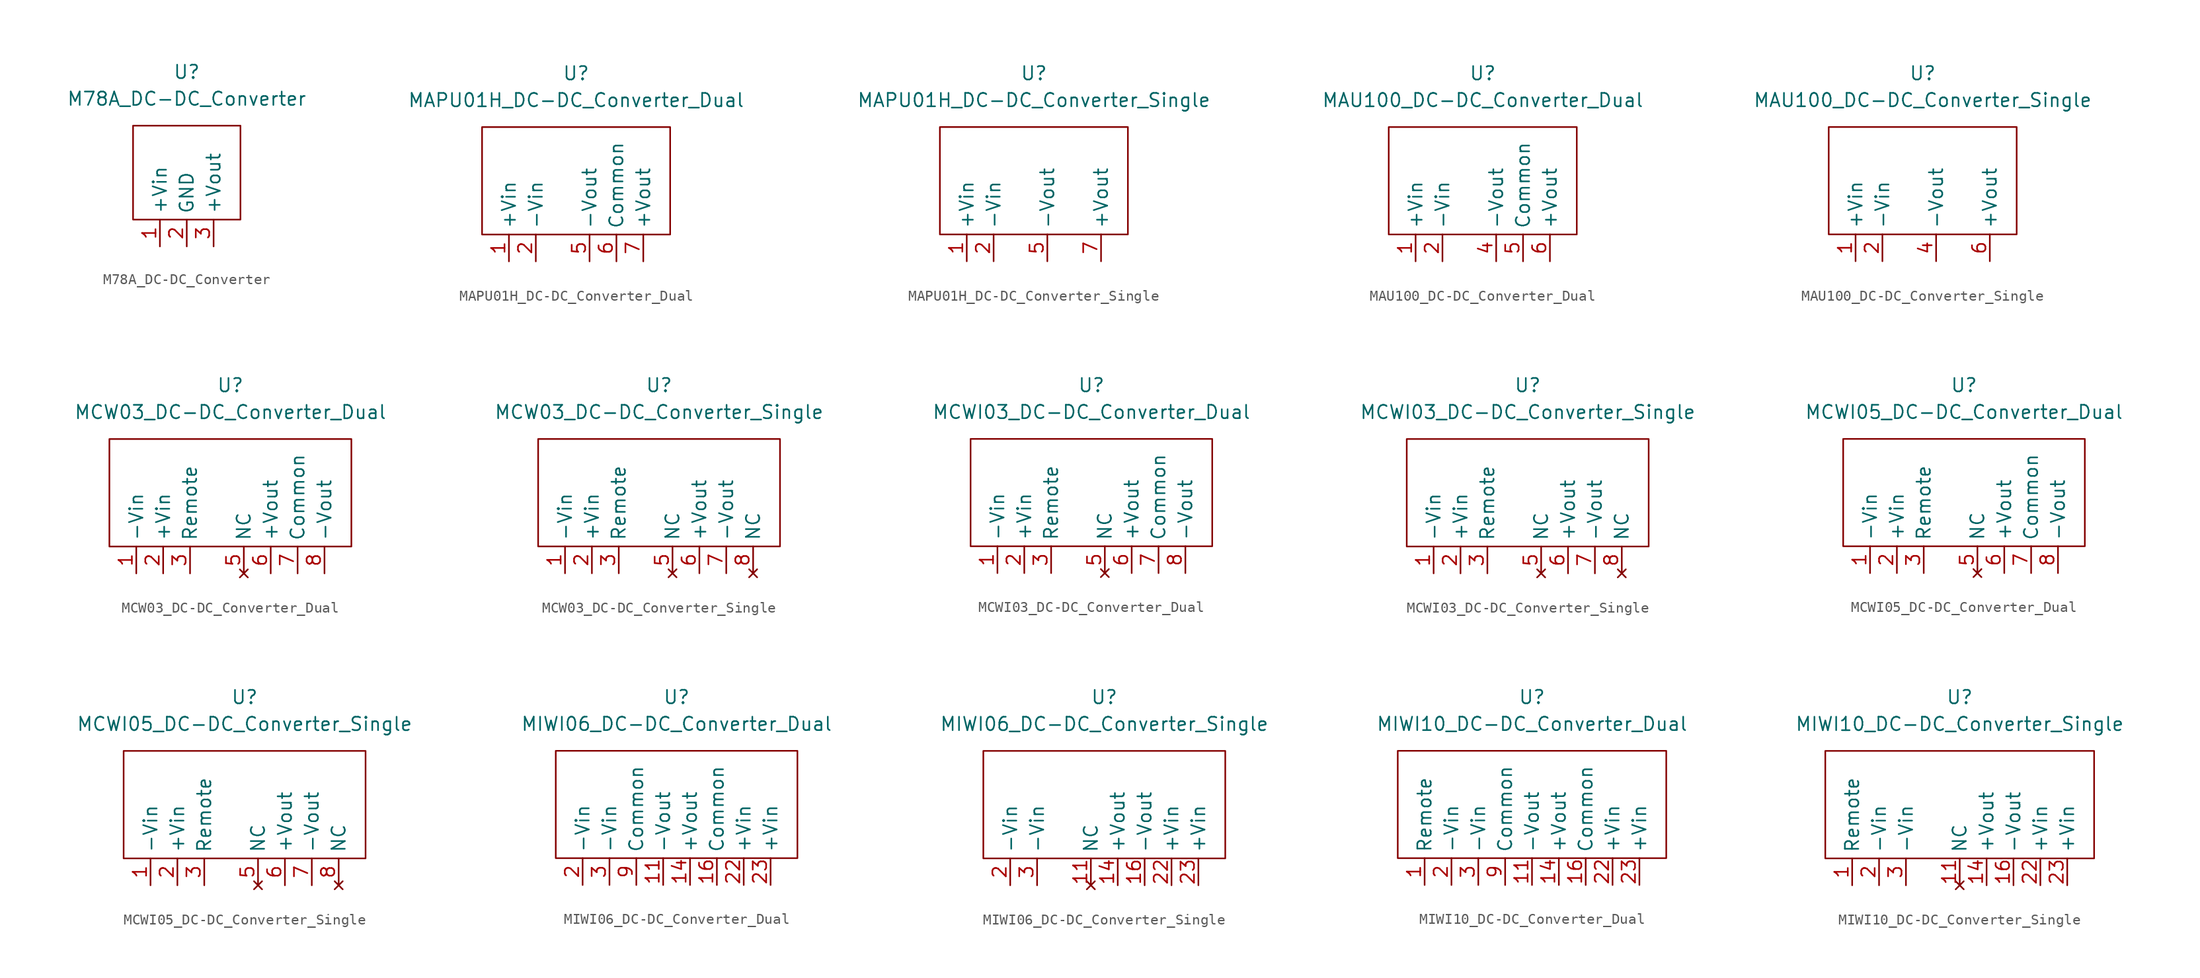
<source format=kicad_sym>
(kicad_symbol_lib
  (version 20220914)
  (generator kicad_symbol_editor)
  (symbol "M78A_DC-DC_Converter"
    (property "Reference" "U"
      (at 0 10.16 0)
      (effects (font (size 1.27 1.27))))
    (property "Value" "M78A_DC-DC_Converter"
      (at 0 7.62 0)
      (effects (font (size 1.27 1.27))))
    (symbol "M78A_DC-DC_Converter_0_1"
      (rectangle (start -5.08 5.08) (end 5.08 -3.81) (stroke (width 0) (type default)) (fill (type none))))
    (symbol "M78A_DC-DC_Converter_1_1"
      (pin power_in line (at -2.54 -6.35 90) (length 2.54) (name "+Vin" (effects (font (size 1.27 1.27)))) (number "1" (effects (font (size 1.27 1.27)))))
      (pin bidirectional line (at 0 -6.35 90) (length 2.54) (name "GND" (effects (font (size 1.27 1.27)))) (number "2" (effects (font (size 1.27 1.27)))))
      (pin power_out line (at 2.54 -6.35 90) (length 2.54) (name "+Vout" (effects (font (size 1.27 1.27)))) (number "3" (effects (font (size 1.27 1.27)))))))
  (symbol "MAPU01H_DC-DC_Converter_Dual"
    (property "Reference" "U"
      (at 0 10.16 0)
      (effects (font (size 1.27 1.27))))
    (property "Value" "MAPU01H_DC-DC_Converter_Dual"
      (at 0 7.62 0)
      (effects (font (size 1.27 1.27))))
    (symbol "MAPU01H_DC-DC_Converter_Dual_0_1"
      (rectangle (start -8.89 5.08) (end 8.89 -5.08) (stroke (width 0) (type default)) (fill (type none))))
    (symbol "MAPU01H_DC-DC_Converter_Dual_1_1"
      (pin power_in line (at -6.35 -7.62 90) (length 2.54) (name "+Vin" (effects (font (size 1.27 1.27)))) (number "1" (effects (font (size 1.27 1.27)))))
      (pin power_in line (at -3.81 -7.62 90) (length 2.54) (name "-Vin" (effects (font (size 1.27 1.27)))) (number "2" (effects (font (size 1.27 1.27)))))
      (pin power_out line (at 1.27 -7.62 90) (length 2.54) (name "-Vout" (effects (font (size 1.27 1.27)))) (number "5" (effects (font (size 1.27 1.27)))))
      (pin power_out line (at 3.81 -7.62 90) (length 2.54) (name "Common" (effects (font (size 1.27 1.27)))) (number "6" (effects (font (size 1.27 1.27)))))
      (pin power_out line (at 6.35 -7.62 90) (length 2.54) (name "+Vout" (effects (font (size 1.27 1.27)))) (number "7" (effects (font (size 1.27 1.27)))))))
  (symbol "MAPU01H_DC-DC_Converter_Single"
    (property "Reference" "U"
      (at 0 10.16 0)
      (effects (font (size 1.27 1.27))))
    (property "Value" "MAPU01H_DC-DC_Converter_Single"
      (at 0 7.62 0)
      (effects (font (size 1.27 1.27))))
    (symbol "MAPU01H_DC-DC_Converter_Single_0_1"
      (rectangle (start -8.89 5.08) (end 8.89 -5.08) (stroke (width 0) (type default)) (fill (type none))))
    (symbol "MAPU01H_DC-DC_Converter_Single_1_1"
      (pin power_in line (at -6.35 -7.62 90) (length 2.54) (name "+Vin" (effects (font (size 1.27 1.27)))) (number "1" (effects (font (size 1.27 1.27)))))
      (pin power_in line (at -3.81 -7.62 90) (length 2.54) (name "-Vin" (effects (font (size 1.27 1.27)))) (number "2" (effects (font (size 1.27 1.27)))))
      (pin power_out line (at 1.27 -7.62 90) (length 2.54) (name "-Vout" (effects (font (size 1.27 1.27)))) (number "5" (effects (font (size 1.27 1.27)))))
      (pin power_out line (at 6.35 -7.62 90) (length 2.54) (name "+Vout" (effects (font (size 1.27 1.27)))) (number "7" (effects (font (size 1.27 1.27)))))))
  (symbol "MAU100_DC-DC_Converter_Dual"
    (property "Reference" "U"
      (at 0 10.16 0)
      (effects (font (size 1.27 1.27))))
    (property "Value" "MAU100_DC-DC_Converter_Dual"
      (at 0 7.62 0)
      (effects (font (size 1.27 1.27))))
    (symbol "MAU100_DC-DC_Converter_Dual_0_1"
      (rectangle (start -8.89 5.08) (end 8.89 -5.08) (stroke (width 0) (type default)) (fill (type none))))
    (symbol "MAU100_DC-DC_Converter_Dual_1_1"
      (pin power_in line (at -6.35 -7.62 90) (length 2.54) (name "+Vin" (effects (font (size 1.27 1.27)))) (number "1" (effects (font (size 1.27 1.27)))))
      (pin power_in line (at -3.81 -7.62 90) (length 2.54) (name "-Vin" (effects (font (size 1.27 1.27)))) (number "2" (effects (font (size 1.27 1.27)))))
      (pin power_out line (at 1.27 -7.62 90) (length 2.54) (name "-Vout" (effects (font (size 1.27 1.27)))) (number "4" (effects (font (size 1.27 1.27)))))
      (pin power_out line (at 3.81 -7.62 90) (length 2.54) (name "Common" (effects (font (size 1.27 1.27)))) (number "5" (effects (font (size 1.27 1.27)))))
      (pin power_out line (at 6.35 -7.62 90) (length 2.54) (name "+Vout" (effects (font (size 1.27 1.27)))) (number "6" (effects (font (size 1.27 1.27)))))))
  (symbol "MAU100_DC-DC_Converter_Single"
    (property "Reference" "U"
      (at 0 10.16 0)
      (effects (font (size 1.27 1.27))))
    (property "Value" "MAU100_DC-DC_Converter_Single"
      (at 0 7.62 0)
      (effects (font (size 1.27 1.27))))
    (symbol "MAU100_DC-DC_Converter_Single_0_1"
      (rectangle (start -8.89 5.08) (end 8.89 -5.08) (stroke (width 0) (type default)) (fill (type none))))
    (symbol "MAU100_DC-DC_Converter_Single_1_1"
      (pin power_in line (at -6.35 -7.62 90) (length 2.54) (name "+Vin" (effects (font (size 1.27 1.27)))) (number "1" (effects (font (size 1.27 1.27)))))
      (pin power_in line (at -3.81 -7.62 90) (length 2.54) (name "-Vin" (effects (font (size 1.27 1.27)))) (number "2" (effects (font (size 1.27 1.27)))))
      (pin power_out line (at 1.27 -7.62 90) (length 2.54) (name "-Vout" (effects (font (size 1.27 1.27)))) (number "4" (effects (font (size 1.27 1.27)))))
      (pin power_out line (at 6.35 -7.62 90) (length 2.54) (name "+Vout" (effects (font (size 1.27 1.27)))) (number "6" (effects (font (size 1.27 1.27)))))))
  (symbol "MCW03_DC-DC_Converter_Dual"
    (property "Reference" "U"
      (at 0 10.16 0)
      (effects (font (size 1.27 1.27))))
    (property "Value" "MCW03_DC-DC_Converter_Dual"
      (at 0 7.62 0)
      (effects (font (size 1.27 1.27))))
    (symbol "MCW03_DC-DC_Converter_Dual_0_1"
      (rectangle (start -11.43 5.08) (end 11.43 -5.08) (stroke (width 0) (type default)) (fill (type none))))
    (symbol "MCW03_DC-DC_Converter_Dual_1_1"
      (pin power_in line (at -8.89 -7.62 90) (length 2.54) (name "-Vin" (effects (font (size 1.27 1.27)))) (number "1" (effects (font (size 1.27 1.27)))))
      (pin power_in line (at -6.35 -7.62 90) (length 2.54) (name "+Vin" (effects (font (size 1.27 1.27)))) (number "2" (effects (font (size 1.27 1.27)))))
      (pin input line (at -3.81 -7.62 90) (length 2.54) (name "Remote" (effects (font (size 1.27 1.27)))) (number "3" (effects (font (size 1.27 1.27)))))
      (pin no_connect line (at 1.27 -7.62 90) (length 2.54) (name "NC" (effects (font (size 1.27 1.27)))) (number "5" (effects (font (size 1.27 1.27)))))
      (pin power_out line (at 3.81 -7.62 90) (length 2.54) (name "+Vout" (effects (font (size 1.27 1.27)))) (number "6" (effects (font (size 1.27 1.27)))))
      (pin power_out line (at 6.35 -7.62 90) (length 2.54) (name "Common" (effects (font (size 1.27 1.27)))) (number "7" (effects (font (size 1.27 1.27)))))
      (pin power_out line (at 8.89 -7.62 90) (length 2.54) (name "-Vout" (effects (font (size 1.27 1.27)))) (number "8" (effects (font (size 1.27 1.27)))))))
  (symbol "MCW03_DC-DC_Converter_Single"
    (property "Reference" "U"
      (at 0 10.16 0)
      (effects (font (size 1.27 1.27))))
    (property "Value" "MCW03_DC-DC_Converter_Single"
      (at 0 7.62 0)
      (effects (font (size 1.27 1.27))))
    (symbol "MCW03_DC-DC_Converter_Single_0_1"
      (rectangle (start -11.43 5.08) (end 11.43 -5.08) (stroke (width 0) (type default)) (fill (type none))))
    (symbol "MCW03_DC-DC_Converter_Single_1_1"
      (pin power_in line (at -8.89 -7.62 90) (length 2.54) (name "-Vin" (effects (font (size 1.27 1.27)))) (number "1" (effects (font (size 1.27 1.27)))))
      (pin power_in line (at -6.35 -7.62 90) (length 2.54) (name "+Vin" (effects (font (size 1.27 1.27)))) (number "2" (effects (font (size 1.27 1.27)))))
      (pin input line (at -3.81 -7.62 90) (length 2.54) (name "Remote" (effects (font (size 1.27 1.27)))) (number "3" (effects (font (size 1.27 1.27)))))
      (pin no_connect line (at 1.27 -7.62 90) (length 2.54) (name "NC" (effects (font (size 1.27 1.27)))) (number "5" (effects (font (size 1.27 1.27)))))
      (pin power_out line (at 3.81 -7.62 90) (length 2.54) (name "+Vout" (effects (font (size 1.27 1.27)))) (number "6" (effects (font (size 1.27 1.27)))))
      (pin power_out line (at 6.35 -7.62 90) (length 2.54) (name "-Vout" (effects (font (size 1.27 1.27)))) (number "7" (effects (font (size 1.27 1.27)))))
      (pin no_connect line (at 8.89 -7.62 90) (length 2.54) (name "NC" (effects (font (size 1.27 1.27)))) (number "8" (effects (font (size 1.27 1.27)))))))
  (symbol "MCWI03_DC-DC_Converter_Dual"
    (property "Reference" "U"
      (at 0 10.16 0)
      (effects (font (size 1.27 1.27))))
    (property "Value" "MCWI03_DC-DC_Converter_Dual"
      (at 0 7.62 0)
      (effects (font (size 1.27 1.27))))
    (symbol "MCWI03_DC-DC_Converter_Dual_0_1"
      (rectangle (start -11.43 5.08) (end 11.43 -5.08) (stroke (width 0) (type default)) (fill (type none))))
    (symbol "MCWI03_DC-DC_Converter_Dual_1_1"
      (pin power_in line (at -8.89 -7.62 90) (length 2.54) (name "-Vin" (effects (font (size 1.27 1.27)))) (number "1" (effects (font (size 1.27 1.27)))))
      (pin power_in line (at -6.35 -7.62 90) (length 2.54) (name "+Vin" (effects (font (size 1.27 1.27)))) (number "2" (effects (font (size 1.27 1.27)))))
      (pin input line (at -3.81 -7.62 90) (length 2.54) (name "Remote" (effects (font (size 1.27 1.27)))) (number "3" (effects (font (size 1.27 1.27)))))
      (pin no_connect line (at 1.27 -7.62 90) (length 2.54) (name "NC" (effects (font (size 1.27 1.27)))) (number "5" (effects (font (size 1.27 1.27)))))
      (pin power_out line (at 3.81 -7.62 90) (length 2.54) (name "+Vout" (effects (font (size 1.27 1.27)))) (number "6" (effects (font (size 1.27 1.27)))))
      (pin power_out line (at 6.35 -7.62 90) (length 2.54) (name "Common" (effects (font (size 1.27 1.27)))) (number "7" (effects (font (size 1.27 1.27)))))
      (pin power_out line (at 8.89 -7.62 90) (length 2.54) (name "-Vout" (effects (font (size 1.27 1.27)))) (number "8" (effects (font (size 1.27 1.27)))))))
  (symbol "MCWI03_DC-DC_Converter_Single"
    (property "Reference" "U"
      (at 0 10.16 0)
      (effects (font (size 1.27 1.27))))
    (property "Value" "MCWI03_DC-DC_Converter_Single"
      (at 0 7.62 0)
      (effects (font (size 1.27 1.27))))
    (symbol "MCWI03_DC-DC_Converter_Single_0_1"
      (rectangle (start -11.43 5.08) (end 11.43 -5.08) (stroke (width 0) (type default)) (fill (type none))))
    (symbol "MCWI03_DC-DC_Converter_Single_1_1"
      (pin power_in line (at -8.89 -7.62 90) (length 2.54) (name "-Vin" (effects (font (size 1.27 1.27)))) (number "1" (effects (font (size 1.27 1.27)))))
      (pin power_in line (at -6.35 -7.62 90) (length 2.54) (name "+Vin" (effects (font (size 1.27 1.27)))) (number "2" (effects (font (size 1.27 1.27)))))
      (pin input line (at -3.81 -7.62 90) (length 2.54) (name "Remote" (effects (font (size 1.27 1.27)))) (number "3" (effects (font (size 1.27 1.27)))))
      (pin no_connect line (at 1.27 -7.62 90) (length 2.54) (name "NC" (effects (font (size 1.27 1.27)))) (number "5" (effects (font (size 1.27 1.27)))))
      (pin power_out line (at 3.81 -7.62 90) (length 2.54) (name "+Vout" (effects (font (size 1.27 1.27)))) (number "6" (effects (font (size 1.27 1.27)))))
      (pin power_out line (at 6.35 -7.62 90) (length 2.54) (name "-Vout" (effects (font (size 1.27 1.27)))) (number "7" (effects (font (size 1.27 1.27)))))
      (pin no_connect line (at 8.89 -7.62 90) (length 2.54) (name "NC" (effects (font (size 1.27 1.27)))) (number "8" (effects (font (size 1.27 1.27)))))))
  (symbol "MCWI05_DC-DC_Converter_Dual"
    (property "Reference" "U"
      (at 0 10.16 0)
      (effects (font (size 1.27 1.27))))
    (property "Value" "MCWI05_DC-DC_Converter_Dual"
      (at 0 7.62 0)
      (effects (font (size 1.27 1.27))))
    (symbol "MCWI05_DC-DC_Converter_Dual_0_1"
      (rectangle (start -11.43 5.08) (end 11.43 -5.08) (stroke (width 0) (type default)) (fill (type none))))
    (symbol "MCWI05_DC-DC_Converter_Dual_1_1"
      (pin power_in line (at -8.89 -7.62 90) (length 2.54) (name "-Vin" (effects (font (size 1.27 1.27)))) (number "1" (effects (font (size 1.27 1.27)))))
      (pin power_in line (at -6.35 -7.62 90) (length 2.54) (name "+Vin" (effects (font (size 1.27 1.27)))) (number "2" (effects (font (size 1.27 1.27)))))
      (pin input line (at -3.81 -7.62 90) (length 2.54) (name "Remote" (effects (font (size 1.27 1.27)))) (number "3" (effects (font (size 1.27 1.27)))))
      (pin no_connect line (at 1.27 -7.62 90) (length 2.54) (name "NC" (effects (font (size 1.27 1.27)))) (number "5" (effects (font (size 1.27 1.27)))))
      (pin power_out line (at 3.81 -7.62 90) (length 2.54) (name "+Vout" (effects (font (size 1.27 1.27)))) (number "6" (effects (font (size 1.27 1.27)))))
      (pin power_out line (at 6.35 -7.62 90) (length 2.54) (name "Common" (effects (font (size 1.27 1.27)))) (number "7" (effects (font (size 1.27 1.27)))))
      (pin power_out line (at 8.89 -7.62 90) (length 2.54) (name "-Vout" (effects (font (size 1.27 1.27)))) (number "8" (effects (font (size 1.27 1.27)))))))
  (symbol "MCWI05_DC-DC_Converter_Single"
    (property "Reference" "U"
      (at 0 10.16 0)
      (effects (font (size 1.27 1.27))))
    (property "Value" "MCWI05_DC-DC_Converter_Single"
      (at 0 7.62 0)
      (effects (font (size 1.27 1.27))))
    (symbol "MCWI05_DC-DC_Converter_Single_0_1"
      (rectangle (start -11.43 5.08) (end 11.43 -5.08) (stroke (width 0) (type default)) (fill (type none))))
    (symbol "MCWI05_DC-DC_Converter_Single_1_1"
      (pin power_in line (at -8.89 -7.62 90) (length 2.54) (name "-Vin" (effects (font (size 1.27 1.27)))) (number "1" (effects (font (size 1.27 1.27)))))
      (pin power_in line (at -6.35 -7.62 90) (length 2.54) (name "+Vin" (effects (font (size 1.27 1.27)))) (number "2" (effects (font (size 1.27 1.27)))))
      (pin input line (at -3.81 -7.62 90) (length 2.54) (name "Remote" (effects (font (size 1.27 1.27)))) (number "3" (effects (font (size 1.27 1.27)))))
      (pin no_connect line (at 1.27 -7.62 90) (length 2.54) (name "NC" (effects (font (size 1.27 1.27)))) (number "5" (effects (font (size 1.27 1.27)))))
      (pin power_out line (at 3.81 -7.62 90) (length 2.54) (name "+Vout" (effects (font (size 1.27 1.27)))) (number "6" (effects (font (size 1.27 1.27)))))
      (pin power_out line (at 6.35 -7.62 90) (length 2.54) (name "-Vout" (effects (font (size 1.27 1.27)))) (number "7" (effects (font (size 1.27 1.27)))))
      (pin no_connect line (at 8.89 -7.62 90) (length 2.54) (name "NC" (effects (font (size 1.27 1.27)))) (number "8" (effects (font (size 1.27 1.27)))))))
  (symbol "MIWI06_DC-DC_Converter_Dual"
    (property "Reference" "U"
      (at 0 10.16 0)
      (effects (font (size 1.27 1.27))))
    (property "Value" "MIWI06_DC-DC_Converter_Dual"
      (at 0 7.62 0)
      (effects (font (size 1.27 1.27))))
    (symbol "MIWI06_DC-DC_Converter_Dual_0_1"
      (rectangle (start -11.43 5.08) (end 11.43 -5.08) (stroke (width 0) (type default)) (fill (type none))))
    (symbol "MIWI06_DC-DC_Converter_Dual_1_1"
      (pin power_out line (at -1.27 -7.62 90) (length 2.54) (name "-Vout" (effects (font (size 1.27 1.27)))) (number "11" (effects (font (size 1.27 1.27)))))
      (pin power_out line (at 1.27 -7.62 90) (length 2.54) (name "+Vout" (effects (font (size 1.27 1.27)))) (number "14" (effects (font (size 1.27 1.27)))))
      (pin power_out line (at 3.81 -7.62 90) (length 2.54) (name "Common" (effects (font (size 1.27 1.27)))) (number "16" (effects (font (size 1.27 1.27)))))
      (pin power_in line (at -8.89 -7.62 90) (length 2.54) (name "-Vin" (effects (font (size 1.27 1.27)))) (number "2" (effects (font (size 1.27 1.27)))))
      (pin power_in line (at 6.35 -7.62 90) (length 2.54) (name "+Vin" (effects (font (size 1.27 1.27)))) (number "22" (effects (font (size 1.27 1.27)))))
      (pin power_in line (at 8.89 -7.62 90) (length 2.54) (name "+Vin" (effects (font (size 1.27 1.27)))) (number "23" (effects (font (size 1.27 1.27)))))
      (pin power_in line (at -6.35 -7.62 90) (length 2.54) (name "-Vin" (effects (font (size 1.27 1.27)))) (number "3" (effects (font (size 1.27 1.27)))))
      (pin power_out line (at -3.81 -7.62 90) (length 2.54) (name "Common" (effects (font (size 1.27 1.27)))) (number "9" (effects (font (size 1.27 1.27)))))))
  (symbol "MIWI06_DC-DC_Converter_Single"
    (property "Reference" "U"
      (at 0 10.16 0)
      (effects (font (size 1.27 1.27))))
    (property "Value" "MIWI06_DC-DC_Converter_Single"
      (at 0 7.62 0)
      (effects (font (size 1.27 1.27))))
    (symbol "MIWI06_DC-DC_Converter_Single_0_1"
      (rectangle (start -11.43 5.08) (end 11.43 -5.08) (stroke (width 0) (type default)) (fill (type none))))
    (symbol "MIWI06_DC-DC_Converter_Single_1_1"
      (pin no_connect line (at -1.27 -7.62 90) (length 2.54) (name "NC" (effects (font (size 1.27 1.27)))) (number "11" (effects (font (size 1.27 1.27)))))
      (pin power_out line (at 1.27 -7.62 90) (length 2.54) (name "+Vout" (effects (font (size 1.27 1.27)))) (number "14" (effects (font (size 1.27 1.27)))))
      (pin power_out line (at 3.81 -7.62 90) (length 2.54) (name "-Vout" (effects (font (size 1.27 1.27)))) (number "16" (effects (font (size 1.27 1.27)))))
      (pin power_in line (at -8.89 -7.62 90) (length 2.54) (name "-Vin" (effects (font (size 1.27 1.27)))) (number "2" (effects (font (size 1.27 1.27)))))
      (pin power_in line (at 6.35 -7.62 90) (length 2.54) (name "+Vin" (effects (font (size 1.27 1.27)))) (number "22" (effects (font (size 1.27 1.27)))))
      (pin power_in line (at 8.89 -7.62 90) (length 2.54) (name "+Vin" (effects (font (size 1.27 1.27)))) (number "23" (effects (font (size 1.27 1.27)))))
      (pin power_in line (at -6.35 -7.62 90) (length 2.54) (name "-Vin" (effects (font (size 1.27 1.27)))) (number "3" (effects (font (size 1.27 1.27)))))))
  (symbol "MIWI10_DC-DC_Converter_Dual"
    (property "Reference" "U"
      (at 0 10.16 0)
      (effects (font (size 1.27 1.27))))
    (property "Value" "MIWI10_DC-DC_Converter_Dual"
      (at 0 7.62 0)
      (effects (font (size 1.27 1.27))))
    (symbol "MIWI10_DC-DC_Converter_Dual_0_1"
      (rectangle (start -12.7 5.08) (end 12.7 -5.08) (stroke (width 0) (type default)) (fill (type none))))
    (symbol "MIWI10_DC-DC_Converter_Dual_1_1"
      (pin input line (at -10.16 -7.62 90) (length 2.54) (name "Remote" (effects (font (size 1.27 1.27)))) (number "1" (effects (font (size 1.27 1.27)))))
      (pin power_out line (at 0 -7.62 90) (length 2.54) (name "-Vout" (effects (font (size 1.27 1.27)))) (number "11" (effects (font (size 1.27 1.27)))))
      (pin power_out line (at 2.54 -7.62 90) (length 2.54) (name "+Vout" (effects (font (size 1.27 1.27)))) (number "14" (effects (font (size 1.27 1.27)))))
      (pin power_out line (at 5.08 -7.62 90) (length 2.54) (name "Common" (effects (font (size 1.27 1.27)))) (number "16" (effects (font (size 1.27 1.27)))))
      (pin power_in line (at -7.62 -7.62 90) (length 2.54) (name "-Vin" (effects (font (size 1.27 1.27)))) (number "2" (effects (font (size 1.27 1.27)))))
      (pin power_in line (at 7.62 -7.62 90) (length 2.54) (name "+Vin" (effects (font (size 1.27 1.27)))) (number "22" (effects (font (size 1.27 1.27)))))
      (pin power_in line (at 10.16 -7.62 90) (length 2.54) (name "+Vin" (effects (font (size 1.27 1.27)))) (number "23" (effects (font (size 1.27 1.27)))))
      (pin power_in line (at -5.08 -7.62 90) (length 2.54) (name "-Vin" (effects (font (size 1.27 1.27)))) (number "3" (effects (font (size 1.27 1.27)))))
      (pin power_out line (at -2.54 -7.62 90) (length 2.54) (name "Common" (effects (font (size 1.27 1.27)))) (number "9" (effects (font (size 1.27 1.27)))))))
  (symbol "MIWI10_DC-DC_Converter_Single"
    (property "Reference" "U"
      (at 0 10.16 0)
      (effects (font (size 1.27 1.27))))
    (property "Value" "MIWI10_DC-DC_Converter_Single"
      (at 0 7.62 0)
      (effects (font (size 1.27 1.27))))
    (symbol "MIWI10_DC-DC_Converter_Single_0_1"
      (rectangle (start -12.7 5.08) (end 12.7 -5.08) (stroke (width 0) (type default)) (fill (type none))))
    (symbol "MIWI10_DC-DC_Converter_Single_1_1"
      (pin input line (at -10.16 -7.62 90) (length 2.54) (name "Remote" (effects (font (size 1.27 1.27)))) (number "1" (effects (font (size 1.27 1.27)))))
      (pin no_connect line (at 0 -7.62 90) (length 2.54) (name "NC" (effects (font (size 1.27 1.27)))) (number "11" (effects (font (size 1.27 1.27)))))
      (pin power_out line (at 2.54 -7.62 90) (length 2.54) (name "+Vout" (effects (font (size 1.27 1.27)))) (number "14" (effects (font (size 1.27 1.27)))))
      (pin power_out line (at 5.08 -7.62 90) (length 2.54) (name "-Vout" (effects (font (size 1.27 1.27)))) (number "16" (effects (font (size 1.27 1.27)))))
      (pin power_in line (at -7.62 -7.62 90) (length 2.54) (name "-Vin" (effects (font (size 1.27 1.27)))) (number "2" (effects (font (size 1.27 1.27)))))
      (pin power_in line (at 7.62 -7.62 90) (length 2.54) (name "+Vin" (effects (font (size 1.27 1.27)))) (number "22" (effects (font (size 1.27 1.27)))))
      (pin power_in line (at 10.16 -7.62 90) (length 2.54) (name "+Vin" (effects (font (size 1.27 1.27)))) (number "23" (effects (font (size 1.27 1.27)))))
      (pin power_in line (at -5.08 -7.62 90) (length 2.54) (name "-Vin" (effects (font (size 1.27 1.27)))) (number "3" (effects (font (size 1.27 1.27))))))))
</source>
